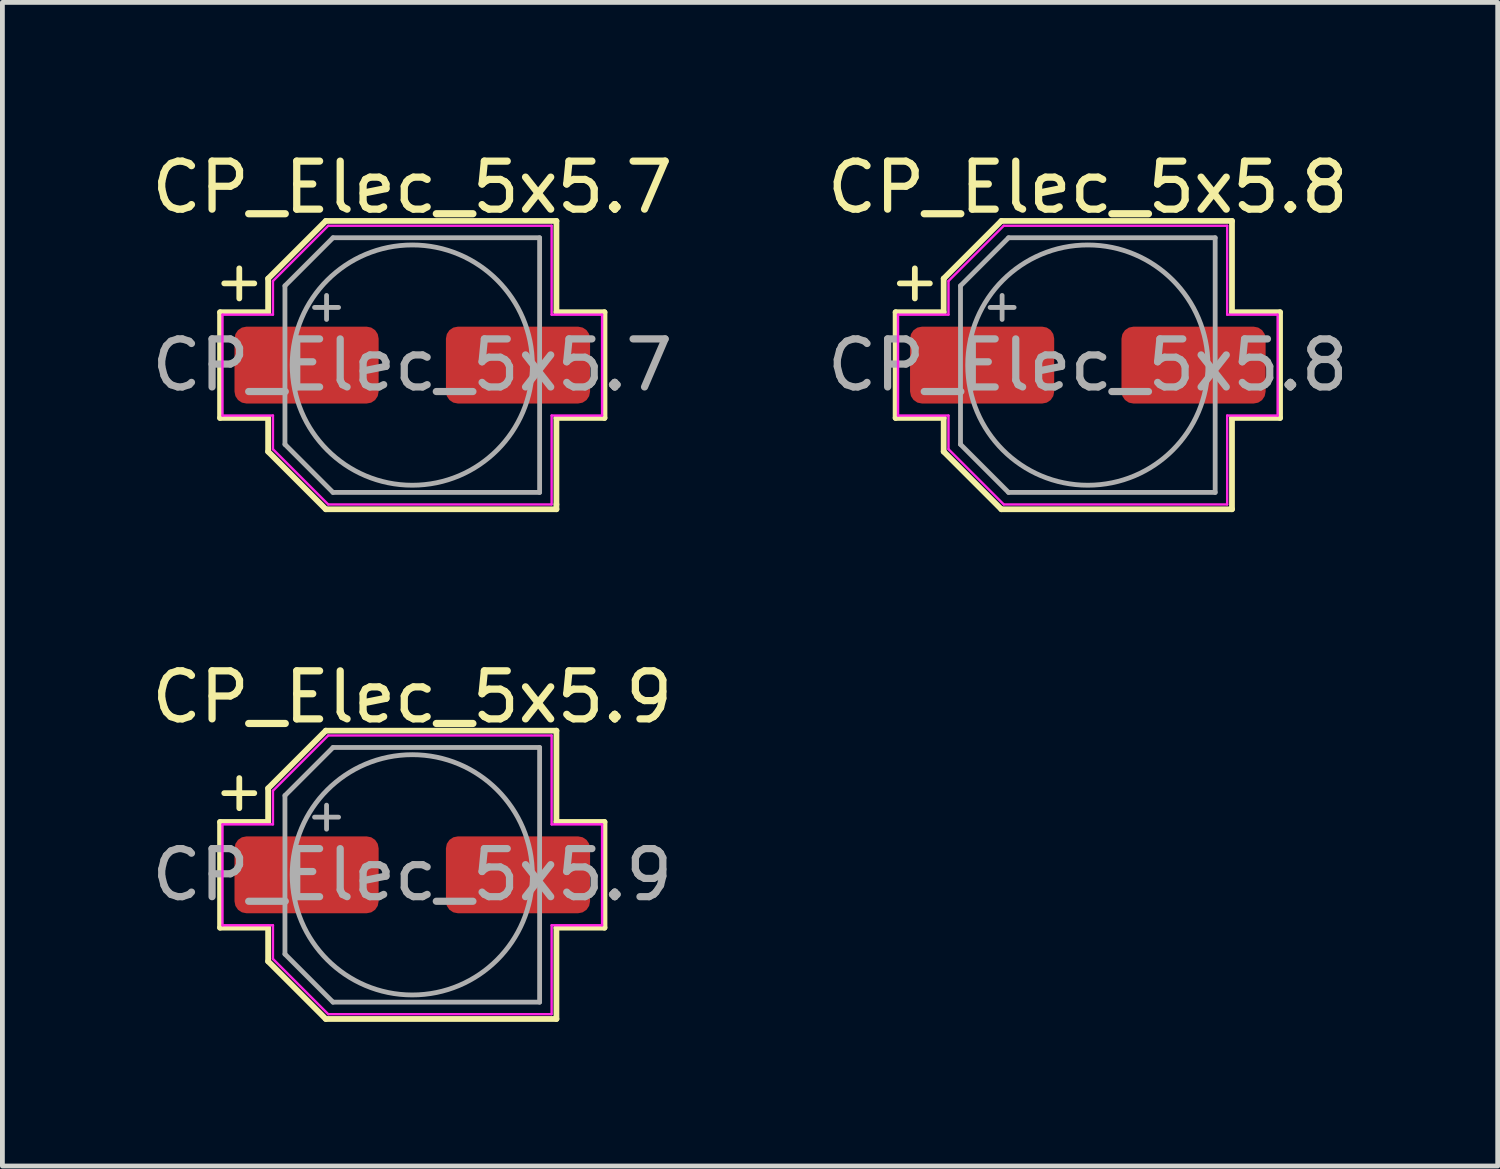
<source format=kicad_pcb>
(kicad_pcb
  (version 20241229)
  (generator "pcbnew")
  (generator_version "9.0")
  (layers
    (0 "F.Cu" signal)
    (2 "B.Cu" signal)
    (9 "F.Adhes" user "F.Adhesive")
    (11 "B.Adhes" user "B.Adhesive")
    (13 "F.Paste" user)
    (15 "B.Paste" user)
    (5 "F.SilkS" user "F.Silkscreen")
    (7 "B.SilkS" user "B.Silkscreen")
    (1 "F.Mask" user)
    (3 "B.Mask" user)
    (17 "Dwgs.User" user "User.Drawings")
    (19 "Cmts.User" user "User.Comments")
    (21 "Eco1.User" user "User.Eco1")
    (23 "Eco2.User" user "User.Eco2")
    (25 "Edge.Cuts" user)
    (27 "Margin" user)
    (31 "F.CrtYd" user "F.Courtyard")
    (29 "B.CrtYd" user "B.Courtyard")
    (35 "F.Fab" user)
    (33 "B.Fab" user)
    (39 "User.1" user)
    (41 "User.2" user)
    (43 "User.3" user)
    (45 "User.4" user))
  (footprint "CP_Elec_5x5.8"
    (layer "F.Cu")
    (at 19.589 4.548)
    (property "Reference" "CP_Elec_5x5.8" (at 0 -3.7 0) (layer "F.SilkS") (effects (font (size 1 1) (thickness 0.15))))
    (attr smd)
    (fp_line (start -4 -1.1) (end -4 1.1) (stroke (width 0.12) (type solid)) (layer "F.SilkS"))
    (fp_line (start -4 1.1) (end -3 1.1) (stroke (width 0.12) (type solid)) (layer "F.SilkS"))
    (fp_line (start -3.913 -1.7) (end -3.288 -1.7) (stroke (width 0.12) (type solid)) (layer "F.SilkS"))
    (fp_line (start -3.6 -2.013) (end -3.6 -1.387) (stroke (width 0.12) (type solid)) (layer "F.SilkS"))
    (fp_line (start -3 -1.8) (end -3 -1.1) (stroke (width 0.12) (type solid)) (layer "F.SilkS"))
    (fp_line (start -3 -1.1) (end -4 -1.1) (stroke (width 0.12) (type solid)) (layer "F.SilkS"))
    (fp_line (start -3 1.1) (end -3 1.8) (stroke (width 0.12) (type solid)) (layer "F.SilkS"))
    (fp_line (start -3 1.8) (end -1.8 3) (stroke (width 0.12) (type solid)) (layer "F.SilkS"))
    (fp_line (start -1.8 -3) (end -3 -1.8) (stroke (width 0.12) (type solid)) (layer "F.SilkS"))
    (fp_line (start -1.8 3) (end 3 3) (stroke (width 0.12) (type solid)) (layer "F.SilkS"))
    (fp_line (start 3 -3) (end -1.8 -3) (stroke (width 0.12) (type solid)) (layer "F.SilkS"))
    (fp_line (start 3 -1.1) (end 3 -3) (stroke (width 0.12) (type solid)) (layer "F.SilkS"))
    (fp_line (start 3 1.1) (end 4 1.1) (stroke (width 0.12) (type solid)) (layer "F.SilkS"))
    (fp_line (start 3 3) (end 3 1.1) (stroke (width 0.12) (type solid)) (layer "F.SilkS"))
    (fp_line (start 4 -1.1) (end 3 -1.1) (stroke (width 0.12) (type solid)) (layer "F.SilkS"))
    (fp_line (start 4 1.1) (end 4 -1.1) (stroke (width 0.12) (type solid)) (layer "F.SilkS"))
    (fp_line (start -3.95 -1.05) (end -3.95 1.05) (stroke (width 0.05) (type solid)) (layer "F.CrtYd"))
    (fp_line (start -3.95 1.05) (end -2.9 1.05) (stroke (width 0.05) (type solid)) (layer "F.CrtYd"))
    (fp_line (start -2.9 -1.75) (end -2.9 -1.05) (stroke (width 0.05) (type solid)) (layer "F.CrtYd"))
    (fp_line (start -2.9 -1.75) (end -1.75 -2.9) (stroke (width 0.05) (type solid)) (layer "F.CrtYd"))
    (fp_line (start -2.9 -1.05) (end -3.95 -1.05) (stroke (width 0.05) (type solid)) (layer "F.CrtYd"))
    (fp_line (start -2.9 1.05) (end -2.9 1.75) (stroke (width 0.05) (type solid)) (layer "F.CrtYd"))
    (fp_line (start -2.9 1.75) (end -1.75 2.9) (stroke (width 0.05) (type solid)) (layer "F.CrtYd"))
    (fp_line (start -1.75 -2.9) (end 2.9 -2.9) (stroke (width 0.05) (type solid)) (layer "F.CrtYd"))
    (fp_line (start -1.75 2.9) (end 2.9 2.9) (stroke (width 0.05) (type solid)) (layer "F.CrtYd"))
    (fp_line (start 2.9 -2.9) (end 2.9 -1.05) (stroke (width 0.05) (type solid)) (layer "F.CrtYd"))
    (fp_line (start 2.9 -1.05) (end 3.95 -1.05) (stroke (width 0.05) (type solid)) (layer "F.CrtYd"))
    (fp_line (start 2.9 1.05) (end 2.9 2.9) (stroke (width 0.05) (type solid)) (layer "F.CrtYd"))
    (fp_line (start 3.95 -1.05) (end 3.95 1.05) (stroke (width 0.05) (type solid)) (layer "F.CrtYd"))
    (fp_line (start 3.95 1.05) (end 2.9 1.05) (stroke (width 0.05) (type solid)) (layer "F.CrtYd"))
    (fp_line (start -2.65 -1.65) (end -2.65 1.65) (stroke (width 0.1) (type solid)) (layer "F.Fab"))
    (fp_line (start -2.65 -1.65) (end -1.65 -2.65) (stroke (width 0.1) (type solid)) (layer "F.Fab"))
    (fp_line (start -2.65 1.65) (end -1.65 2.65) (stroke (width 0.1) (type solid)) (layer "F.Fab"))
    (fp_line (start -2.034 -1.2) (end -1.534 -1.2) (stroke (width 0.1) (type solid)) (layer "F.Fab"))
    (fp_line (start -1.784 -1.45) (end -1.784 -0.95) (stroke (width 0.1) (type solid)) (layer "F.Fab"))
    (fp_line (start -1.65 -2.65) (end 2.65 -2.65) (stroke (width 0.1) (type solid)) (layer "F.Fab"))
    (fp_line (start -1.65 2.65) (end 2.65 2.65) (stroke (width 0.1) (type solid)) (layer "F.Fab"))
    (fp_line (start 2.65 -2.65) (end 2.65 2.65) (stroke (width 0.1) (type solid)) (layer "F.Fab"))
    (fp_circle (center 0 0) (end 2.5 0) (stroke (width 0.1) (type solid)) (fill no) (layer "F.Fab"))
    (fp_text user "${REFERENCE}" (at 0 0 0) (layer "F.Fab") (effects (font (size 1 1) (thickness 0.15))))
    (pad "1" smd roundrect (at -2.2 0) (size 3 1.6) (layers "F.Cu" "F.Mask" "F.Paste") (roundrect_rratio 0.156))
    (pad "2" smd roundrect (at 2.2 0) (size 3 1.6) (layers "F.Cu" "F.Mask" "F.Paste") (roundrect_rratio 0.156)))
  (footprint "CP_Elec_5x5.9"
    (layer "F.Cu")
    (at 5.53 15.156)
    (property "Reference" "CP_Elec_5x5.9" (at 0 -3.7 0) (layer "F.SilkS") (effects (font (size 1 1) (thickness 0.15))))
    (attr smd)
    (fp_line (start -4 -1.1) (end -4 1.1) (stroke (width 0.12) (type solid)) (layer "F.SilkS"))
    (fp_line (start -4 1.1) (end -3 1.1) (stroke (width 0.12) (type solid)) (layer "F.SilkS"))
    (fp_line (start -3.913 -1.7) (end -3.288 -1.7) (stroke (width 0.12) (type solid)) (layer "F.SilkS"))
    (fp_line (start -3.6 -2.013) (end -3.6 -1.387) (stroke (width 0.12) (type solid)) (layer "F.SilkS"))
    (fp_line (start -3 -1.8) (end -3 -1.1) (stroke (width 0.12) (type solid)) (layer "F.SilkS"))
    (fp_line (start -3 -1.1) (end -4 -1.1) (stroke (width 0.12) (type solid)) (layer "F.SilkS"))
    (fp_line (start -3 1.1) (end -3 1.8) (stroke (width 0.12) (type solid)) (layer "F.SilkS"))
    (fp_line (start -3 1.8) (end -1.8 3) (stroke (width 0.12) (type solid)) (layer "F.SilkS"))
    (fp_line (start -1.8 -3) (end -3 -1.8) (stroke (width 0.12) (type solid)) (layer "F.SilkS"))
    (fp_line (start -1.8 3) (end 3 3) (stroke (width 0.12) (type solid)) (layer "F.SilkS"))
    (fp_line (start 3 -3) (end -1.8 -3) (stroke (width 0.12) (type solid)) (layer "F.SilkS"))
    (fp_line (start 3 -1.1) (end 3 -3) (stroke (width 0.12) (type solid)) (layer "F.SilkS"))
    (fp_line (start 3 1.1) (end 4 1.1) (stroke (width 0.12) (type solid)) (layer "F.SilkS"))
    (fp_line (start 3 3) (end 3 1.1) (stroke (width 0.12) (type solid)) (layer "F.SilkS"))
    (fp_line (start 4 -1.1) (end 3 -1.1) (stroke (width 0.12) (type solid)) (layer "F.SilkS"))
    (fp_line (start 4 1.1) (end 4 -1.1) (stroke (width 0.12) (type solid)) (layer "F.SilkS"))
    (fp_line (start -3.95 -1.05) (end -3.95 1.05) (stroke (width 0.05) (type solid)) (layer "F.CrtYd"))
    (fp_line (start -3.95 1.05) (end -2.9 1.05) (stroke (width 0.05) (type solid)) (layer "F.CrtYd"))
    (fp_line (start -2.9 -1.75) (end -2.9 -1.05) (stroke (width 0.05) (type solid)) (layer "F.CrtYd"))
    (fp_line (start -2.9 -1.75) (end -1.75 -2.9) (stroke (width 0.05) (type solid)) (layer "F.CrtYd"))
    (fp_line (start -2.9 -1.05) (end -3.95 -1.05) (stroke (width 0.05) (type solid)) (layer "F.CrtYd"))
    (fp_line (start -2.9 1.05) (end -2.9 1.75) (stroke (width 0.05) (type solid)) (layer "F.CrtYd"))
    (fp_line (start -2.9 1.75) (end -1.75 2.9) (stroke (width 0.05) (type solid)) (layer "F.CrtYd"))
    (fp_line (start -1.75 -2.9) (end 2.9 -2.9) (stroke (width 0.05) (type solid)) (layer "F.CrtYd"))
    (fp_line (start -1.75 2.9) (end 2.9 2.9) (stroke (width 0.05) (type solid)) (layer "F.CrtYd"))
    (fp_line (start 2.9 -2.9) (end 2.9 -1.05) (stroke (width 0.05) (type solid)) (layer "F.CrtYd"))
    (fp_line (start 2.9 -1.05) (end 3.95 -1.05) (stroke (width 0.05) (type solid)) (layer "F.CrtYd"))
    (fp_line (start 2.9 1.05) (end 2.9 2.9) (stroke (width 0.05) (type solid)) (layer "F.CrtYd"))
    (fp_line (start 3.95 -1.05) (end 3.95 1.05) (stroke (width 0.05) (type solid)) (layer "F.CrtYd"))
    (fp_line (start 3.95 1.05) (end 2.9 1.05) (stroke (width 0.05) (type solid)) (layer "F.CrtYd"))
    (fp_line (start -2.65 -1.65) (end -2.65 1.65) (stroke (width 0.1) (type solid)) (layer "F.Fab"))
    (fp_line (start -2.65 -1.65) (end -1.65 -2.65) (stroke (width 0.1) (type solid)) (layer "F.Fab"))
    (fp_line (start -2.65 1.65) (end -1.65 2.65) (stroke (width 0.1) (type solid)) (layer "F.Fab"))
    (fp_line (start -2.034 -1.2) (end -1.534 -1.2) (stroke (width 0.1) (type solid)) (layer "F.Fab"))
    (fp_line (start -1.784 -1.45) (end -1.784 -0.95) (stroke (width 0.1) (type solid)) (layer "F.Fab"))
    (fp_line (start -1.65 -2.65) (end 2.65 -2.65) (stroke (width 0.1) (type solid)) (layer "F.Fab"))
    (fp_line (start -1.65 2.65) (end 2.65 2.65) (stroke (width 0.1) (type solid)) (layer "F.Fab"))
    (fp_line (start 2.65 -2.65) (end 2.65 2.65) (stroke (width 0.1) (type solid)) (layer "F.Fab"))
    (fp_circle (center 0 0) (end 2.5 0) (stroke (width 0.1) (type solid)) (fill no) (layer "F.Fab"))
    (fp_text user "${REFERENCE}" (at 0 0 0) (layer "F.Fab") (effects (font (size 1 1) (thickness 0.15))))
    (pad "1" smd roundrect (at -2.2 0) (size 3 1.6) (layers "F.Cu" "F.Mask" "F.Paste") (roundrect_rratio 0.156))
    (pad "2" smd roundrect (at 2.2 0) (size 3 1.6) (layers "F.Cu" "F.Mask" "F.Paste") (roundrect_rratio 0.156)))
  (footprint "CP_Elec_5x5.7"
    (layer "F.Cu")
    (at 5.53 4.548)
    (property "Reference" "CP_Elec_5x5.7" (at 0 -3.7 0) (layer "F.SilkS") (effects (font (size 1 1) (thickness 0.15))))
    (attr smd)
    (fp_line (start -4 -1.1) (end -3 -1.1) (stroke (width 0.12) (type solid)) (layer "F.SilkS"))
    (fp_line (start -4 1.1) (end -4 -1.1) (stroke (width 0.12) (type solid)) (layer "F.SilkS"))
    (fp_line (start -3.913 -1.7) (end -3.288 -1.7) (stroke (width 0.12) (type solid)) (layer "F.SilkS"))
    (fp_line (start -3.6 -2.013) (end -3.6 -1.387) (stroke (width 0.12) (type solid)) (layer "F.SilkS"))
    (fp_line (start -3 -1.8) (end -1.8 -3) (stroke (width 0.12) (type solid)) (layer "F.SilkS"))
    (fp_line (start -3 -1.1) (end -3 -1.8) (stroke (width 0.12) (type solid)) (layer "F.SilkS"))
    (fp_line (start -3 1.1) (end -4 1.1) (stroke (width 0.12) (type solid)) (layer "F.SilkS"))
    (fp_line (start -3 1.8) (end -3 1.1) (stroke (width 0.12) (type solid)) (layer "F.SilkS"))
    (fp_line (start -1.8 -3) (end 3 -3) (stroke (width 0.12) (type solid)) (layer "F.SilkS"))
    (fp_line (start -1.8 3) (end -3 1.8) (stroke (width 0.12) (type solid)) (layer "F.SilkS"))
    (fp_line (start 3 -3) (end 3 -1.1) (stroke (width 0.12) (type solid)) (layer "F.SilkS"))
    (fp_line (start 3 -1.1) (end 4 -1.1) (stroke (width 0.12) (type solid)) (layer "F.SilkS"))
    (fp_line (start 3 1.1) (end 3 2.9) (stroke (width 0.12) (type solid)) (layer "F.SilkS"))
    (fp_line (start 3 2.9) (end 3 3) (stroke (width 0.12) (type solid)) (layer "F.SilkS"))
    (fp_line (start 3 3) (end -1.8 3) (stroke (width 0.12) (type solid)) (layer "F.SilkS"))
    (fp_line (start 4 -1.1) (end 4 1.1) (stroke (width 0.12) (type solid)) (layer "F.SilkS"))
    (fp_line (start 4 1.1) (end 3 1.1) (stroke (width 0.12) (type solid)) (layer "F.SilkS"))
    (fp_line (start -3.95 -1.05) (end -3.95 1.05) (stroke (width 0.05) (type solid)) (layer "F.CrtYd"))
    (fp_line (start -3.95 1.05) (end -2.9 1.05) (stroke (width 0.05) (type solid)) (layer "F.CrtYd"))
    (fp_line (start -2.9 -1.75) (end -2.9 -1.05) (stroke (width 0.05) (type solid)) (layer "F.CrtYd"))
    (fp_line (start -2.9 -1.75) (end -1.75 -2.9) (stroke (width 0.05) (type solid)) (layer "F.CrtYd"))
    (fp_line (start -2.9 -1.05) (end -3.95 -1.05) (stroke (width 0.05) (type solid)) (layer "F.CrtYd"))
    (fp_line (start -2.9 1.05) (end -2.9 1.75) (stroke (width 0.05) (type solid)) (layer "F.CrtYd"))
    (fp_line (start -2.9 1.75) (end -1.75 2.9) (stroke (width 0.05) (type solid)) (layer "F.CrtYd"))
    (fp_line (start -1.75 -2.9) (end 2.9 -2.9) (stroke (width 0.05) (type solid)) (layer "F.CrtYd"))
    (fp_line (start -1.75 2.9) (end 2.9 2.9) (stroke (width 0.05) (type solid)) (layer "F.CrtYd"))
    (fp_line (start 2.9 -2.9) (end 2.9 -1.05) (stroke (width 0.05) (type solid)) (layer "F.CrtYd"))
    (fp_line (start 2.9 -1.05) (end 3.95 -1.05) (stroke (width 0.05) (type solid)) (layer "F.CrtYd"))
    (fp_line (start 2.9 1.05) (end 2.9 2.9) (stroke (width 0.05) (type solid)) (layer "F.CrtYd"))
    (fp_line (start 3.95 -1.05) (end 3.95 1.05) (stroke (width 0.05) (type solid)) (layer "F.CrtYd"))
    (fp_line (start 3.95 1.05) (end 2.9 1.05) (stroke (width 0.05) (type solid)) (layer "F.CrtYd"))
    (fp_line (start -2.65 -1.65) (end -2.65 1.65) (stroke (width 0.1) (type solid)) (layer "F.Fab"))
    (fp_line (start -2.65 -1.65) (end -1.65 -2.65) (stroke (width 0.1) (type solid)) (layer "F.Fab"))
    (fp_line (start -2.65 1.65) (end -1.65 2.65) (stroke (width 0.1) (type solid)) (layer "F.Fab"))
    (fp_line (start -2.034 -1.2) (end -1.534 -1.2) (stroke (width 0.1) (type solid)) (layer "F.Fab"))
    (fp_line (start -1.784 -1.45) (end -1.784 -0.95) (stroke (width 0.1) (type solid)) (layer "F.Fab"))
    (fp_line (start -1.65 -2.65) (end 2.65 -2.65) (stroke (width 0.1) (type solid)) (layer "F.Fab"))
    (fp_line (start -1.65 2.65) (end 2.65 2.65) (stroke (width 0.1) (type solid)) (layer "F.Fab"))
    (fp_line (start 2.65 -2.65) (end 2.65 2.65) (stroke (width 0.1) (type solid)) (layer "F.Fab"))
    (fp_circle (center 0 0) (end 2.5 0) (stroke (width 0.1) (type solid)) (fill no) (layer "F.Fab"))
    (fp_text user "${REFERENCE}" (at 0 0 0) (layer "F.Fab") (effects (font (size 1 1) (thickness 0.15))))
    (pad "1" smd roundrect (at -2.2 0) (size 3 1.6) (layers "F.Cu" "F.Mask" "F.Paste") (roundrect_rratio 0.156))
    (pad "2" smd roundrect (at 2.2 0) (size 3 1.6) (layers "F.Cu" "F.Mask" "F.Paste") (roundrect_rratio 0.156)))
  (gr_rect
    (start -3 -3)
    (end 28.119 21.216)
    (stroke (width 0.1) (type default))
    (fill no)
    (layer "Edge.Cuts")))
</source>
